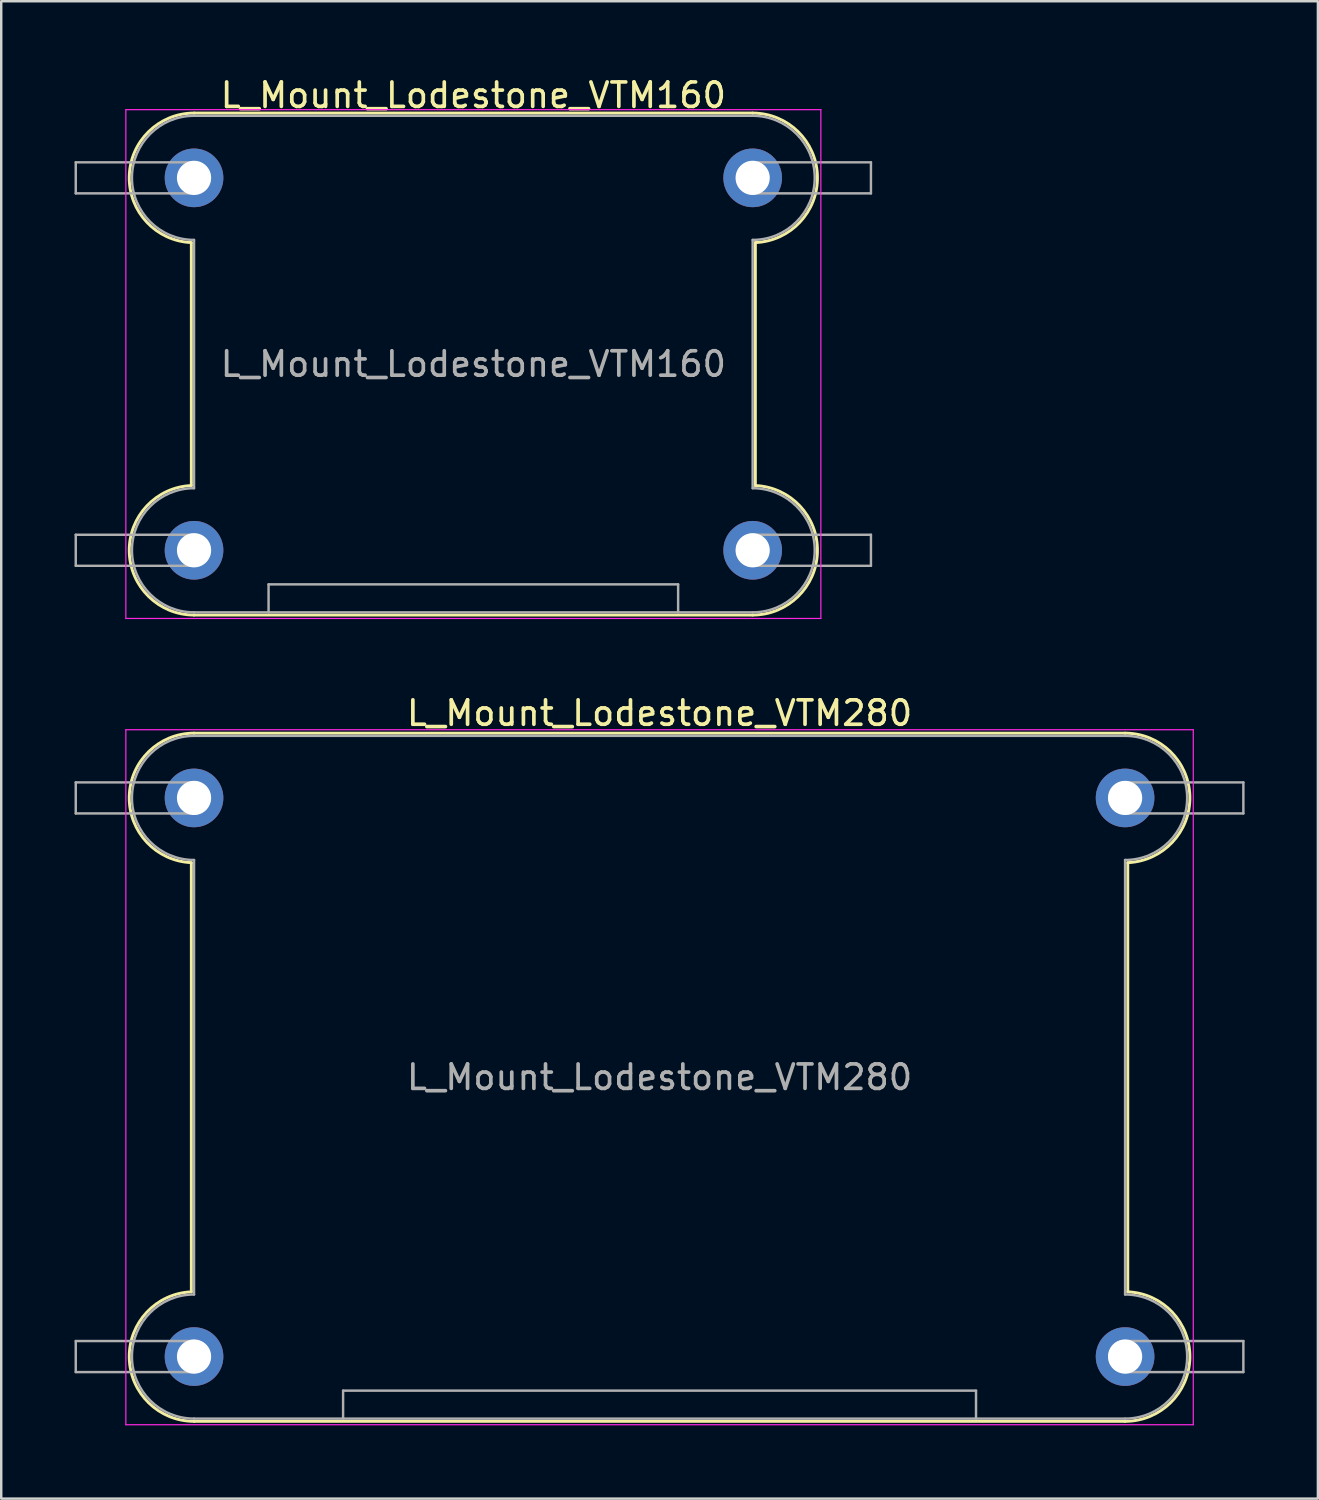
<source format=kicad_pcb>
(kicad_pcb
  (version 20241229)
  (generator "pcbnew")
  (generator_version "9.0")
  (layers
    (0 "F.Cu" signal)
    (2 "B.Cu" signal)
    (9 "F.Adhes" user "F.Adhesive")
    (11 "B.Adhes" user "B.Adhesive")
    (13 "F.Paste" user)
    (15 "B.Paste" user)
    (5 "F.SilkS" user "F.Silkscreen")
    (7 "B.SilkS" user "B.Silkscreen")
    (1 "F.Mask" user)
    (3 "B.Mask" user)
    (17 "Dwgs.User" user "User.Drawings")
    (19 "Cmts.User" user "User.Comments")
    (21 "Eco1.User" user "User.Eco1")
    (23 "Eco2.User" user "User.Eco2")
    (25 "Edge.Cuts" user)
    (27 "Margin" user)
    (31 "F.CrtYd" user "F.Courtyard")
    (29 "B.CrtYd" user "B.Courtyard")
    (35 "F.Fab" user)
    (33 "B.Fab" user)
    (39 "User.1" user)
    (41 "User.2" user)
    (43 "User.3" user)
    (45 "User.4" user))
  (footprint "L_Mount_Lodestone_VTM160"
    (layer "F.Cu")
    (at 4.89 19.468)
    (property "Reference" "L_Mount_Lodestone_VTM160" (at 11.43 -18.62 0) (layer "F.SilkS") (effects (font (size 1 1) (thickness 0.15))))
    (attr through_hole)
    (fp_line (start -0.11 -2.65) (end -0.11 -12.59) (stroke (width 0.12) (type solid)) (layer "F.SilkS"))
    (fp_line (start 0 -17.89) (end 22.86 -17.89) (stroke (width 0.12) (type solid)) (layer "F.SilkS"))
    (fp_line (start 0 2.65) (end 22.86 2.65) (stroke (width 0.12) (type solid)) (layer "F.SilkS"))
    (fp_line (start 22.97 -2.65) (end 22.97 -12.59) (stroke (width 0.12) (type solid)) (layer "F.SilkS"))
    (fp_arc (start -0.11097 -12.592325) (mid -2.649418 -15.295497) (end 0 -17.89) (stroke (width 0.12) (type solid)) (layer "F.SilkS"))
    (fp_arc (start 0 2.65) (mid -2.649419 0.055497) (end -0.11097 -2.647675) (stroke (width 0.12) (type solid)) (layer "F.SilkS"))
    (fp_arc (start 22.86 -17.89) (mid 25.509419 -15.295497) (end 22.97097 -12.592325) (stroke (width 0.12) (type solid)) (layer "F.SilkS"))
    (fp_arc (start 22.97097 -2.647675) (mid 25.509418 0.055497) (end 22.86 2.65) (stroke (width 0.12) (type solid)) (layer "F.SilkS"))
    (fp_line (start -2.79 -18.03) (end 25.65 -18.03) (stroke (width 0.05) (type solid)) (layer "F.CrtYd"))
    (fp_line (start -2.79 2.79) (end -2.79 -18.03) (stroke (width 0.05) (type solid)) (layer "F.CrtYd"))
    (fp_line (start -2.79 2.79) (end 25.65 2.79) (stroke (width 0.05) (type solid)) (layer "F.CrtYd"))
    (fp_line (start 25.65 2.79) (end 25.65 -18.03) (stroke (width 0.05) (type solid)) (layer "F.CrtYd"))
    (fp_line (start -4.84 -15.875) (end 0 -15.875) (stroke (width 0.1) (type solid)) (layer "F.Fab"))
    (fp_line (start -4.84 -14.605) (end -4.84 -15.875) (stroke (width 0.1) (type solid)) (layer "F.Fab"))
    (fp_line (start -4.84 -0.635) (end 0 -0.635) (stroke (width 0.1) (type solid)) (layer "F.Fab"))
    (fp_line (start -4.84 0.635) (end -4.84 -0.635) (stroke (width 0.1) (type solid)) (layer "F.Fab"))
    (fp_line (start 0 -17.78) (end 22.86 -17.78) (stroke (width 0.1) (type solid)) (layer "F.Fab"))
    (fp_line (start 0 -14.605) (end -4.84 -14.605) (stroke (width 0.1) (type solid)) (layer "F.Fab"))
    (fp_line (start 0 -2.54) (end 0 -12.7) (stroke (width 0.1) (type solid)) (layer "F.Fab"))
    (fp_line (start 0 0.635) (end -4.84 0.635) (stroke (width 0.1) (type solid)) (layer "F.Fab"))
    (fp_line (start 0 2.54) (end 22.86 2.54) (stroke (width 0.1) (type solid)) (layer "F.Fab"))
    (fp_line (start 3.05 1.395) (end 3.05 2.54) (stroke (width 0.1) (type solid)) (layer "F.Fab"))
    (fp_line (start 3.05 1.395) (end 19.81 1.395) (stroke (width 0.1) (type solid)) (layer "F.Fab"))
    (fp_line (start 19.81 1.395) (end 19.81 2.54) (stroke (width 0.1) (type solid)) (layer "F.Fab"))
    (fp_line (start 22.86 -15.875) (end 27.7 -15.875) (stroke (width 0.1) (type solid)) (layer "F.Fab"))
    (fp_line (start 22.86 -2.54) (end 22.86 -12.7) (stroke (width 0.1) (type solid)) (layer "F.Fab"))
    (fp_line (start 22.86 -0.635) (end 27.7 -0.635) (stroke (width 0.1) (type solid)) (layer "F.Fab"))
    (fp_line (start 27.7 -15.875) (end 27.7 -14.605) (stroke (width 0.1) (type solid)) (layer "F.Fab"))
    (fp_line (start 27.7 -14.605) (end 22.86 -14.605) (stroke (width 0.1) (type solid)) (layer "F.Fab"))
    (fp_line (start 27.7 -0.635) (end 27.7 0.635) (stroke (width 0.1) (type solid)) (layer "F.Fab"))
    (fp_line (start 27.7 0.635) (end 22.86 0.635) (stroke (width 0.1) (type solid)) (layer "F.Fab"))
    (fp_arc (start 0 -15.875) (mid 0.635 -15.24) (end 0 -14.605) (stroke (width 0.1) (type solid)) (layer "F.Fab"))
    (fp_arc (start 0 -12.7) (mid -2.54 -15.24) (end 0 -17.78) (stroke (width 0.1) (type solid)) (layer "F.Fab"))
    (fp_arc (start 0 -0.635) (mid 0.635 0) (end 0 0.635) (stroke (width 0.1) (type solid)) (layer "F.Fab"))
    (fp_arc (start 0 2.54) (mid -2.54 0) (end 0 -2.54) (stroke (width 0.1) (type solid)) (layer "F.Fab"))
    (fp_arc (start 22.86 -17.78) (mid 25.4 -15.24) (end 22.86 -12.7) (stroke (width 0.1) (type solid)) (layer "F.Fab"))
    (fp_arc (start 22.86 -14.605) (mid 22.225 -15.24) (end 22.86 -15.875) (stroke (width 0.1) (type solid)) (layer "F.Fab"))
    (fp_arc (start 22.86 -2.54) (mid 25.4 0) (end 22.86 2.54) (stroke (width 0.1) (type solid)) (layer "F.Fab"))
    (fp_arc (start 22.86 0.635) (mid 22.225 0) (end 22.86 -0.635) (stroke (width 0.1) (type solid)) (layer "F.Fab"))
    (fp_text user "${REFERENCE}" (at 11.43 -7.62 0) (layer "F.Fab") (effects (font (size 1 1) (thickness 0.15))))
    (pad "1" thru_hole circle (at 0 0) (size 2.4 2.4) (drill 1.4) (layers "*.Cu" "*.Mask"))
    (pad "2" thru_hole circle (at 22.86 -15.24) (size 2.4 2.4) (drill 1.4) (layers "*.Cu" "*.Mask"))
    (pad "3" thru_hole circle (at 0 -15.24) (size 2.4 2.4) (drill 1.4) (layers "*.Cu" "*.Mask"))
    (pad "4" thru_hole circle (at 22.86 0) (size 2.4 2.4) (drill 1.4) (layers "*.Cu" "*.Mask")))
  (footprint "L_Mount_Lodestone_VTM280"
    (layer "F.Cu")
    (at 4.89 52.462)
    (property "Reference" "L_Mount_Lodestone_VTM280" (at 19.05 -26.33 0) (layer "F.SilkS") (effects (font (size 1 1) (thickness 0.15))))
    (attr through_hole)
    (fp_line (start -0.11 -2.65) (end -0.11 -20.21) (stroke (width 0.12) (type solid)) (layer "F.SilkS"))
    (fp_line (start 0 -25.51) (end 38.1 -25.51) (stroke (width 0.12) (type solid)) (layer "F.SilkS"))
    (fp_line (start 0 2.65) (end 38.1 2.65) (stroke (width 0.12) (type solid)) (layer "F.SilkS"))
    (fp_line (start 38.21 -2.65) (end 38.21 -20.21) (stroke (width 0.12) (type solid)) (layer "F.SilkS"))
    (fp_arc (start -0.11097 -20.212325) (mid -2.649418 -22.915497) (end 0 -25.51) (stroke (width 0.12) (type solid)) (layer "F.SilkS"))
    (fp_arc (start 0 2.65) (mid -2.649419 0.055497) (end -0.11097 -2.647675) (stroke (width 0.12) (type solid)) (layer "F.SilkS"))
    (fp_arc (start 38.1 -25.51) (mid 40.749419 -22.915497) (end 38.21097 -20.212325) (stroke (width 0.12) (type solid)) (layer "F.SilkS"))
    (fp_arc (start 38.21097 -2.647675) (mid 40.749418 0.055497) (end 38.1 2.65) (stroke (width 0.12) (type solid)) (layer "F.SilkS"))
    (fp_line (start -2.79 -25.65) (end 40.89 -25.65) (stroke (width 0.05) (type solid)) (layer "F.CrtYd"))
    (fp_line (start -2.79 2.79) (end -2.79 -25.65) (stroke (width 0.05) (type solid)) (layer "F.CrtYd"))
    (fp_line (start -2.79 2.79) (end 40.89 2.79) (stroke (width 0.05) (type solid)) (layer "F.CrtYd"))
    (fp_line (start 40.89 2.79) (end 40.89 -25.65) (stroke (width 0.05) (type solid)) (layer "F.CrtYd"))
    (fp_line (start -4.84 -23.495) (end 0 -23.495) (stroke (width 0.1) (type solid)) (layer "F.Fab"))
    (fp_line (start -4.84 -22.225) (end -4.84 -23.495) (stroke (width 0.1) (type solid)) (layer "F.Fab"))
    (fp_line (start -4.84 -0.635) (end 0 -0.635) (stroke (width 0.1) (type solid)) (layer "F.Fab"))
    (fp_line (start -4.84 0.635) (end -4.84 -0.635) (stroke (width 0.1) (type solid)) (layer "F.Fab"))
    (fp_line (start 0 -25.4) (end 38.1 -25.4) (stroke (width 0.1) (type solid)) (layer "F.Fab"))
    (fp_line (start 0 -22.225) (end -4.84 -22.225) (stroke (width 0.1) (type solid)) (layer "F.Fab"))
    (fp_line (start 0 -2.54) (end 0 -20.32) (stroke (width 0.1) (type solid)) (layer "F.Fab"))
    (fp_line (start 0 0.635) (end -4.84 0.635) (stroke (width 0.1) (type solid)) (layer "F.Fab"))
    (fp_line (start 0 2.54) (end 38.1 2.54) (stroke (width 0.1) (type solid)) (layer "F.Fab"))
    (fp_line (start 6.1 1.395) (end 6.1 2.54) (stroke (width 0.1) (type solid)) (layer "F.Fab"))
    (fp_line (start 6.1 1.395) (end 32 1.395) (stroke (width 0.1) (type solid)) (layer "F.Fab"))
    (fp_line (start 32 1.395) (end 32 2.54) (stroke (width 0.1) (type solid)) (layer "F.Fab"))
    (fp_line (start 38.1 -23.495) (end 42.94 -23.495) (stroke (width 0.1) (type solid)) (layer "F.Fab"))
    (fp_line (start 38.1 -2.54) (end 38.1 -20.32) (stroke (width 0.1) (type solid)) (layer "F.Fab"))
    (fp_line (start 38.1 -0.635) (end 42.94 -0.635) (stroke (width 0.1) (type solid)) (layer "F.Fab"))
    (fp_line (start 42.94 -23.495) (end 42.94 -22.225) (stroke (width 0.1) (type solid)) (layer "F.Fab"))
    (fp_line (start 42.94 -22.225) (end 38.1 -22.225) (stroke (width 0.1) (type solid)) (layer "F.Fab"))
    (fp_line (start 42.94 -0.635) (end 42.94 0.635) (stroke (width 0.1) (type solid)) (layer "F.Fab"))
    (fp_line (start 42.94 0.635) (end 38.1 0.635) (stroke (width 0.1) (type solid)) (layer "F.Fab"))
    (fp_arc (start 0 -23.495) (mid 0.635 -22.86) (end 0 -22.225) (stroke (width 0.1) (type solid)) (layer "F.Fab"))
    (fp_arc (start 0 -20.32) (mid -2.54 -22.86) (end 0 -25.4) (stroke (width 0.1) (type solid)) (layer "F.Fab"))
    (fp_arc (start 0 -0.635) (mid 0.635 0) (end 0 0.635) (stroke (width 0.1) (type solid)) (layer "F.Fab"))
    (fp_arc (start 0 2.54) (mid -2.54 0) (end 0 -2.54) (stroke (width 0.1) (type solid)) (layer "F.Fab"))
    (fp_arc (start 38.1 -25.4) (mid 40.64 -22.86) (end 38.1 -20.32) (stroke (width 0.1) (type solid)) (layer "F.Fab"))
    (fp_arc (start 38.1 -22.225) (mid 37.465 -22.86) (end 38.1 -23.495) (stroke (width 0.1) (type solid)) (layer "F.Fab"))
    (fp_arc (start 38.1 -2.54) (mid 40.64 0) (end 38.1 2.54) (stroke (width 0.1) (type solid)) (layer "F.Fab"))
    (fp_arc (start 38.1 0.635) (mid 37.465 0) (end 38.1 -0.635) (stroke (width 0.1) (type solid)) (layer "F.Fab"))
    (fp_text user "${REFERENCE}" (at 19.05 -11.43 0) (layer "F.Fab") (effects (font (size 1 1) (thickness 0.15))))
    (pad "1" thru_hole circle (at 0 0) (size 2.4 2.4) (drill 1.4) (layers "*.Cu" "*.Mask"))
    (pad "2" thru_hole circle (at 38.1 -22.86) (size 2.4 2.4) (drill 1.4) (layers "*.Cu" "*.Mask"))
    (pad "3" thru_hole circle (at 0 -22.86) (size 2.4 2.4) (drill 1.4) (layers "*.Cu" "*.Mask"))
    (pad "4" thru_hole circle (at 38.1 0) (size 2.4 2.4) (drill 1.4) (layers "*.Cu" "*.Mask")))
  (gr_rect
    (start -3 -3)
    (end 50.88 58.276)
    (stroke (width 0.1) (type default))
    (fill no)
    (layer "Edge.Cuts")))
</source>
